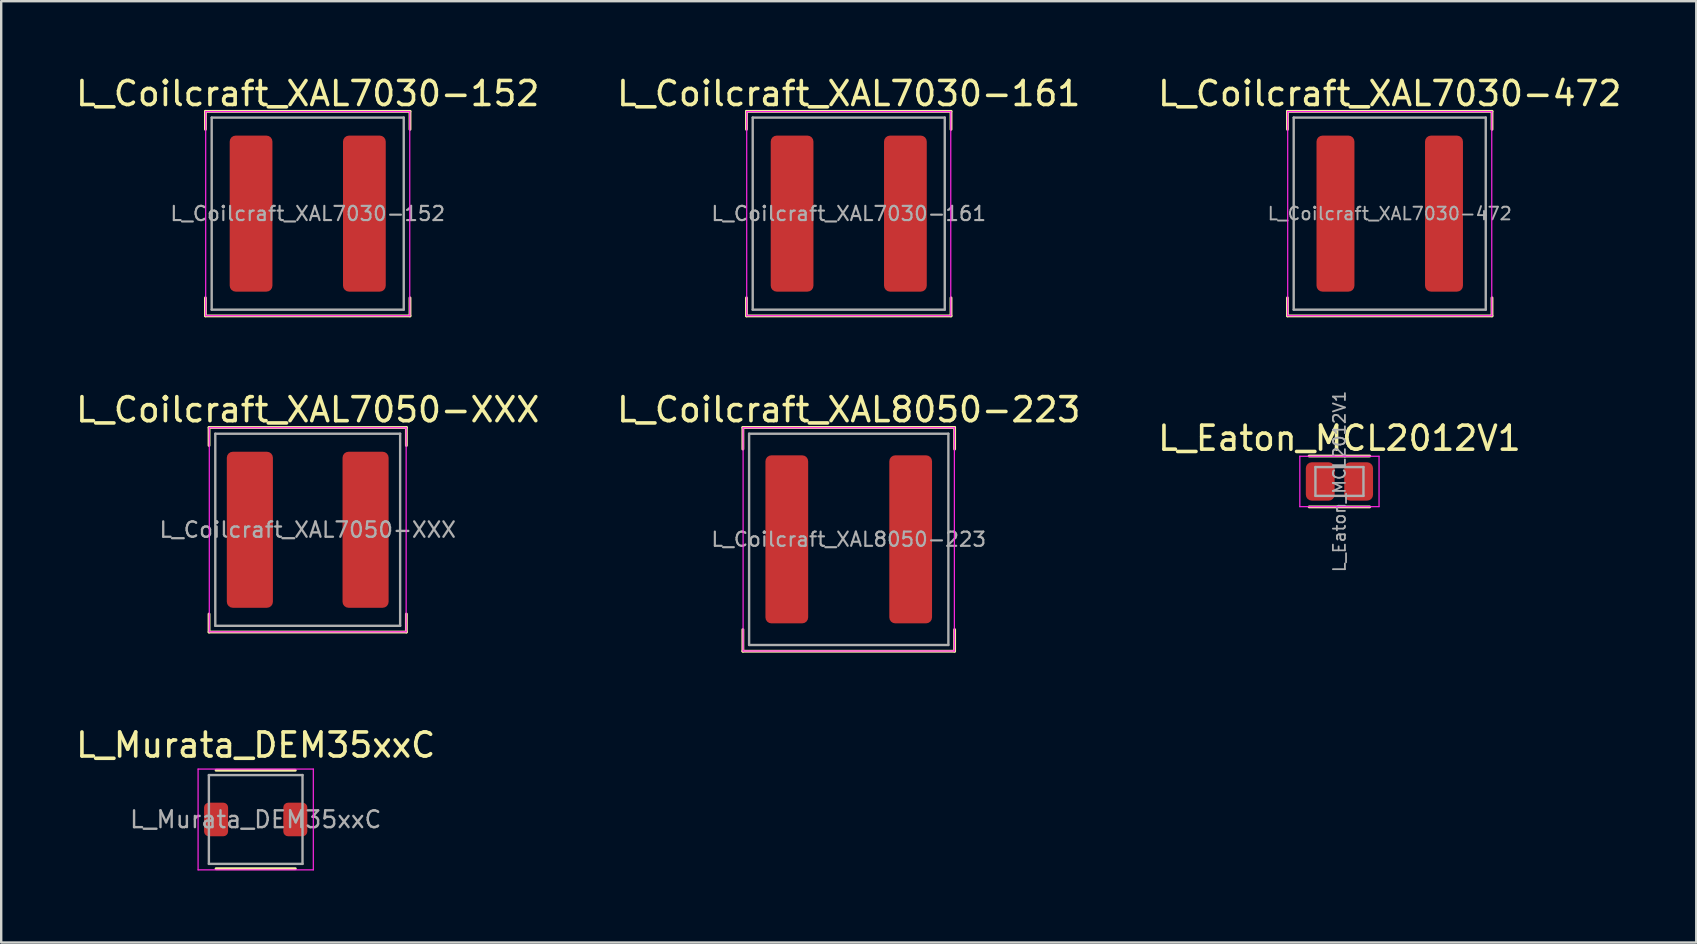
<source format=kicad_pcb>
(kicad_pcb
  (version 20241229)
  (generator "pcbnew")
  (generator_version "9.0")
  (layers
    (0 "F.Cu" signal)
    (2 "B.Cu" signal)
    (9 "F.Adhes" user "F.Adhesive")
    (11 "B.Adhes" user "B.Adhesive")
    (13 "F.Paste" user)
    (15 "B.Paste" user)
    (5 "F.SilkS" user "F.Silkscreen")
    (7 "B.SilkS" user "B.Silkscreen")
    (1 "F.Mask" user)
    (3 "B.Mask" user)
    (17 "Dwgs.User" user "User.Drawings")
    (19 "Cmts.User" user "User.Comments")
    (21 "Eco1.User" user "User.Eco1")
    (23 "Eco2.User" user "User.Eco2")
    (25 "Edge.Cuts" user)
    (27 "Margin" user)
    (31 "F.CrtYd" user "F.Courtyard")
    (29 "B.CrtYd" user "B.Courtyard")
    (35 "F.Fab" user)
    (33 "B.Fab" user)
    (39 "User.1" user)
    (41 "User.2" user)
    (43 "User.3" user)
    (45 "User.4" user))
  (footprint "L_Coilcraft_XAL7030-161"
    (layer "F.Cu")
    (at 32.304 5.848)
    (property "Reference" "L_Coilcraft_XAL7030-161" (at 0 -5 0) (layer "F.SilkS") (effects (font (size 1 1) (thickness 0.15))))
    (attr smd)
    (fp_line (start -4.26 -4.26) (end -4.26 -3.51) (stroke (width 0.12) (type solid)) (layer "F.SilkS"))
    (fp_line (start -4.26 -4.26) (end 4.26 -4.26) (stroke (width 0.12) (type solid)) (layer "F.SilkS"))
    (fp_line (start -4.26 4.26) (end -4.26 3.51) (stroke (width 0.12) (type solid)) (layer "F.SilkS"))
    (fp_line (start -4.26 4.26) (end 4.26 4.26) (stroke (width 0.12) (type solid)) (layer "F.SilkS"))
    (fp_line (start 4.26 -4.26) (end 4.26 -3.51) (stroke (width 0.12) (type solid)) (layer "F.SilkS"))
    (fp_line (start 4.26 4.26) (end 4.26 3.51) (stroke (width 0.12) (type solid)) (layer "F.SilkS"))
    (fp_line (start -4.25 -4.25) (end -4.25 4.25) (stroke (width 0.05) (type solid)) (layer "F.CrtYd"))
    (fp_line (start -4.25 4.25) (end 4.25 4.25) (stroke (width 0.05) (type solid)) (layer "F.CrtYd"))
    (fp_line (start 4.25 -4.25) (end -4.25 -4.25) (stroke (width 0.05) (type solid)) (layer "F.CrtYd"))
    (fp_line (start 4.25 4.25) (end 4.25 -4.25) (stroke (width 0.05) (type solid)) (layer "F.CrtYd"))
    (fp_line (start -4 -4) (end -4 4) (stroke (width 0.1) (type solid)) (layer "F.Fab"))
    (fp_line (start -4 4) (end 4 4) (stroke (width 0.1) (type solid)) (layer "F.Fab"))
    (fp_line (start 4 -4) (end -4 -4) (stroke (width 0.1) (type solid)) (layer "F.Fab"))
    (fp_line (start 4 4) (end 4 -4) (stroke (width 0.1) (type solid)) (layer "F.Fab"))
    (fp_text user "${REFERENCE}" (at 0 0 0) (layer "F.Fab") (effects (font (size 0.593 0.593) (thickness 0.089))))
    (pad "1" smd roundrect (at -2.36 0) (size 1.78 6.5) (layers "F.Cu" "F.Mask" "F.Paste") (roundrect_rratio 0.14))
    (pad "2" smd roundrect (at 2.36 0) (size 1.78 6.5) (layers "F.Cu" "F.Mask" "F.Paste") (roundrect_rratio 0.14)))
  (footprint "L_Coilcraft_XAL7030-152"
    (layer "F.Cu")
    (at 9.768 5.848)
    (property "Reference" "L_Coilcraft_XAL7030-152" (at 0 -5 0) (layer "F.SilkS") (effects (font (size 1 1) (thickness 0.15))))
    (attr smd)
    (fp_line (start -4.26 -4.26) (end -4.26 -3.51) (stroke (width 0.12) (type solid)) (layer "F.SilkS"))
    (fp_line (start -4.26 -4.26) (end 4.26 -4.26) (stroke (width 0.12) (type solid)) (layer "F.SilkS"))
    (fp_line (start -4.26 4.26) (end -4.26 3.51) (stroke (width 0.12) (type solid)) (layer "F.SilkS"))
    (fp_line (start -4.26 4.26) (end 4.26 4.26) (stroke (width 0.12) (type solid)) (layer "F.SilkS"))
    (fp_line (start 4.26 -4.26) (end 4.26 -3.51) (stroke (width 0.12) (type solid)) (layer "F.SilkS"))
    (fp_line (start 4.26 4.26) (end 4.26 3.51) (stroke (width 0.12) (type solid)) (layer "F.SilkS"))
    (fp_line (start -4.25 -4.25) (end -4.25 4.25) (stroke (width 0.05) (type solid)) (layer "F.CrtYd"))
    (fp_line (start -4.25 4.25) (end 4.25 4.25) (stroke (width 0.05) (type solid)) (layer "F.CrtYd"))
    (fp_line (start 4.25 -4.25) (end -4.25 -4.25) (stroke (width 0.05) (type solid)) (layer "F.CrtYd"))
    (fp_line (start 4.25 4.25) (end 4.25 -4.25) (stroke (width 0.05) (type solid)) (layer "F.CrtYd"))
    (fp_line (start -4 -4) (end -4 4) (stroke (width 0.1) (type solid)) (layer "F.Fab"))
    (fp_line (start -4 4) (end 4 4) (stroke (width 0.1) (type solid)) (layer "F.Fab"))
    (fp_line (start 4 -4) (end -4 -4) (stroke (width 0.1) (type solid)) (layer "F.Fab"))
    (fp_line (start 4 4) (end 4 -4) (stroke (width 0.1) (type solid)) (layer "F.Fab"))
    (fp_text user "${REFERENCE}" (at 0 0 0) (layer "F.Fab") (effects (font (size 0.593 0.593) (thickness 0.089))))
    (pad "1" smd roundrect (at -2.36 0) (size 1.78 6.5) (layers "F.Cu" "F.Mask" "F.Paste") (roundrect_rratio 0.14))
    (pad "2" smd roundrect (at 2.36 0) (size 1.78 6.5) (layers "F.Cu" "F.Mask" "F.Paste") (roundrect_rratio 0.14)))
  (footprint "L_Coilcraft_XAL7050-XXX"
    (layer "F.Cu")
    (at 9.768 19.017)
    (property "Reference" "L_Coilcraft_XAL7050-XXX" (at 0 -5 0) (layer "F.SilkS") (effects (font (size 1 1) (thickness 0.15))))
    (attr smd)
    (fp_line (start -4.11 -4.26) (end -4.11 -3.51) (stroke (width 0.12) (type solid)) (layer "F.SilkS"))
    (fp_line (start -4.11 -4.26) (end 4.11 -4.26) (stroke (width 0.12) (type solid)) (layer "F.SilkS"))
    (fp_line (start -4.11 4.26) (end -4.11 3.51) (stroke (width 0.12) (type solid)) (layer "F.SilkS"))
    (fp_line (start -4.11 4.26) (end 4.11 4.26) (stroke (width 0.12) (type solid)) (layer "F.SilkS"))
    (fp_line (start 4.11 -4.26) (end 4.11 -3.51) (stroke (width 0.12) (type solid)) (layer "F.SilkS"))
    (fp_line (start 4.11 4.26) (end 4.11 3.51) (stroke (width 0.12) (type solid)) (layer "F.SilkS"))
    (fp_line (start -4.1 -4.25) (end -4.1 4.25) (stroke (width 0.05) (type solid)) (layer "F.CrtYd"))
    (fp_line (start -4.1 4.25) (end 4.1 4.25) (stroke (width 0.05) (type solid)) (layer "F.CrtYd"))
    (fp_line (start 4.1 -4.25) (end -4.1 -4.25) (stroke (width 0.05) (type solid)) (layer "F.CrtYd"))
    (fp_line (start 4.1 4.25) (end 4.1 -4.25) (stroke (width 0.05) (type solid)) (layer "F.CrtYd"))
    (fp_line (start -3.85 -4) (end -3.85 4) (stroke (width 0.1) (type solid)) (layer "F.Fab"))
    (fp_line (start -3.85 4) (end 3.85 4) (stroke (width 0.1) (type solid)) (layer "F.Fab"))
    (fp_line (start 3.85 -4) (end -3.85 -4) (stroke (width 0.1) (type solid)) (layer "F.Fab"))
    (fp_line (start 3.85 4) (end 3.85 -4) (stroke (width 0.1) (type solid)) (layer "F.Fab"))
    (fp_text user "${REFERENCE}" (at 0 0 0) (layer "F.Fab") (effects (font (size 0.64 0.64) (thickness 0.096))))
    (pad "1" smd roundrect (at -2.41 0) (size 1.92 6.5) (layers "F.Cu" "F.Mask" "F.Paste") (roundrect_rratio 0.13))
    (pad "2" smd roundrect (at 2.41 0) (size 1.92 6.5) (layers "F.Cu" "F.Mask" "F.Paste") (roundrect_rratio 0.13)))
  (footprint "L_Eaton_MCL2012V1"
    (layer "F.Cu")
    (at 52.744 17.005)
    (property "Reference" "L_Eaton_MCL2012V1" (at 0 -1.8 0) (layer "F.SilkS") (effects (font (size 1 1) (thickness 0.15))))
    (attr smd)
    (fp_line (start -1.26 -1.06) (end 1.26 -1.06) (stroke (width 0.12) (type solid)) (layer "F.SilkS"))
    (fp_line (start -1.26 1.06) (end 1.26 1.06) (stroke (width 0.12) (type solid)) (layer "F.SilkS"))
    (fp_line (start -1.65 -1.05) (end -1.65 1.05) (stroke (width 0.05) (type solid)) (layer "F.CrtYd"))
    (fp_line (start -1.65 1.05) (end 1.65 1.05) (stroke (width 0.05) (type solid)) (layer "F.CrtYd"))
    (fp_line (start 1.65 -1.05) (end -1.65 -1.05) (stroke (width 0.05) (type solid)) (layer "F.CrtYd"))
    (fp_line (start 1.65 1.05) (end 1.65 -1.05) (stroke (width 0.05) (type solid)) (layer "F.CrtYd"))
    (fp_line (start -1 -0.6) (end -1 0.6) (stroke (width 0.1) (type solid)) (layer "F.Fab"))
    (fp_line (start -1 0.6) (end 1 0.6) (stroke (width 0.1) (type solid)) (layer "F.Fab"))
    (fp_line (start 1 -0.6) (end -1 -0.6) (stroke (width 0.1) (type solid)) (layer "F.Fab"))
    (fp_line (start 1 0.6) (end 1 -0.6) (stroke (width 0.1) (type solid)) (layer "F.Fab"))
    (fp_text user "${REFERENCE}" (at 0 0 90) (layer "F.Fab") (effects (font (size 0.5 0.5) (thickness 0.075))))
    (pad "1" smd roundrect (at -0.8 0) (size 1.2 1.6) (layers "F.Cu" "F.Mask" "F.Paste") (roundrect_rratio 0.208))
    (pad "2" smd roundrect (at 0.8 0) (size 1.2 1.6) (layers "F.Cu" "F.Mask" "F.Paste") (roundrect_rratio 0.208)))
  (footprint "L_Coilcraft_XAL7030-472"
    (layer "F.Cu")
    (at 54.839 5.848)
    (property "Reference" "L_Coilcraft_XAL7030-472" (at 0 -5 0) (layer "F.SilkS") (effects (font (size 1 1) (thickness 0.15))))
    (attr smd)
    (fp_line (start -4.26 -4.26) (end -4.26 -3.51) (stroke (width 0.12) (type solid)) (layer "F.SilkS"))
    (fp_line (start -4.26 -4.26) (end 4.26 -4.26) (stroke (width 0.12) (type solid)) (layer "F.SilkS"))
    (fp_line (start -4.26 4.26) (end -4.26 3.51) (stroke (width 0.12) (type solid)) (layer "F.SilkS"))
    (fp_line (start -4.26 4.26) (end 4.26 4.26) (stroke (width 0.12) (type solid)) (layer "F.SilkS"))
    (fp_line (start 4.26 -4.26) (end 4.26 -3.51) (stroke (width 0.12) (type solid)) (layer "F.SilkS"))
    (fp_line (start 4.26 4.26) (end 4.26 3.51) (stroke (width 0.12) (type solid)) (layer "F.SilkS"))
    (fp_line (start -4.25 -4.25) (end -4.25 4.25) (stroke (width 0.05) (type solid)) (layer "F.CrtYd"))
    (fp_line (start -4.25 4.25) (end 4.25 4.25) (stroke (width 0.05) (type solid)) (layer "F.CrtYd"))
    (fp_line (start 4.25 -4.25) (end -4.25 -4.25) (stroke (width 0.05) (type solid)) (layer "F.CrtYd"))
    (fp_line (start 4.25 4.25) (end 4.25 -4.25) (stroke (width 0.05) (type solid)) (layer "F.CrtYd"))
    (fp_line (start -4 -4) (end -4 4) (stroke (width 0.1) (type solid)) (layer "F.Fab"))
    (fp_line (start -4 4) (end 4 4) (stroke (width 0.1) (type solid)) (layer "F.Fab"))
    (fp_line (start 4 -4) (end -4 -4) (stroke (width 0.1) (type solid)) (layer "F.Fab"))
    (fp_line (start 4 4) (end 4 -4) (stroke (width 0.1) (type solid)) (layer "F.Fab"))
    (fp_text user "${REFERENCE}" (at 0 0 0) (layer "F.Fab") (effects (font (size 0.527 0.527) (thickness 0.079))))
    (pad "1" smd roundrect (at -2.26 0) (size 1.58 6.5) (layers "F.Cu" "F.Mask" "F.Paste") (roundrect_rratio 0.158))
    (pad "2" smd roundrect (at 2.26 0) (size 1.58 6.5) (layers "F.Cu" "F.Mask" "F.Paste") (roundrect_rratio 0.158)))
  (footprint "L_Coilcraft_XAL8050-223"
    (layer "F.Cu")
    (at 32.304 19.416)
    (property "Reference" "L_Coilcraft_XAL8050-223" (at 0 -5.4 0) (layer "F.SilkS") (effects (font (size 1 1) (thickness 0.15))))
    (attr smd)
    (fp_line (start -4.41 -4.66) (end -4.41 -3.76) (stroke (width 0.12) (type solid)) (layer "F.SilkS"))
    (fp_line (start -4.41 -4.66) (end 4.41 -4.66) (stroke (width 0.12) (type solid)) (layer "F.SilkS"))
    (fp_line (start -4.41 4.66) (end -4.41 3.76) (stroke (width 0.12) (type solid)) (layer "F.SilkS"))
    (fp_line (start -4.41 4.66) (end 4.41 4.66) (stroke (width 0.12) (type solid)) (layer "F.SilkS"))
    (fp_line (start 4.41 -4.66) (end 4.41 -3.76) (stroke (width 0.12) (type solid)) (layer "F.SilkS"))
    (fp_line (start 4.41 4.66) (end 4.41 3.76) (stroke (width 0.12) (type solid)) (layer "F.SilkS"))
    (fp_line (start -4.4 -4.65) (end -4.4 4.65) (stroke (width 0.05) (type solid)) (layer "F.CrtYd"))
    (fp_line (start -4.4 4.65) (end 4.4 4.65) (stroke (width 0.05) (type solid)) (layer "F.CrtYd"))
    (fp_line (start 4.4 -4.65) (end -4.4 -4.65) (stroke (width 0.05) (type solid)) (layer "F.CrtYd"))
    (fp_line (start 4.4 4.65) (end 4.4 -4.65) (stroke (width 0.05) (type solid)) (layer "F.CrtYd"))
    (fp_line (start -4.15 -4.4) (end -4.15 4.4) (stroke (width 0.1) (type solid)) (layer "F.Fab"))
    (fp_line (start -4.15 4.4) (end 4.15 4.4) (stroke (width 0.1) (type solid)) (layer "F.Fab"))
    (fp_line (start 4.15 -4.4) (end -4.15 -4.4) (stroke (width 0.1) (type solid)) (layer "F.Fab"))
    (fp_line (start 4.15 4.4) (end 4.15 -4.4) (stroke (width 0.1) (type solid)) (layer "F.Fab"))
    (fp_text user "${REFERENCE}" (at 0 0 0) (layer "F.Fab") (effects (font (size 0.593 0.593) (thickness 0.089))))
    (pad "1" smd roundrect (at -2.58 0) (size 1.78 7) (layers "F.Cu" "F.Mask" "F.Paste") (roundrect_rratio 0.14))
    (pad "2" smd roundrect (at 2.58 0) (size 1.78 7) (layers "F.Cu" "F.Mask" "F.Paste") (roundrect_rratio 0.14)))
  (footprint "L_Murata_DEM35xxC"
    (layer "F.Cu")
    (at 7.601 31.085)
    (property "Reference" "L_Murata_DEM35xxC" (at 0 -3.1 0) (layer "F.SilkS") (effects (font (size 1 1) (thickness 0.15))))
    (attr smd)
    (fp_line (start -1.65 -2.05) (end 1.65 -2.05) (stroke (width 0.12) (type solid)) (layer "F.SilkS"))
    (fp_line (start -1.65 2.05) (end 1.65 2.05) (stroke (width 0.12) (type solid)) (layer "F.SilkS"))
    (fp_line (start -2.4 -2.1) (end -2.4 2.1) (stroke (width 0.05) (type solid)) (layer "F.CrtYd"))
    (fp_line (start -2.4 2.1) (end 2.4 2.1) (stroke (width 0.05) (type solid)) (layer "F.CrtYd"))
    (fp_line (start 2.4 -2.1) (end -2.4 -2.1) (stroke (width 0.05) (type solid)) (layer "F.CrtYd"))
    (fp_line (start 2.4 2.1) (end 2.4 -2.1) (stroke (width 0.05) (type solid)) (layer "F.CrtYd"))
    (fp_line (start -1.95 -1.85) (end 1.95 -1.85) (stroke (width 0.1) (type solid)) (layer "F.Fab"))
    (fp_line (start -1.95 1.85) (end -1.95 -1.85) (stroke (width 0.1) (type solid)) (layer "F.Fab"))
    (fp_line (start 1.95 -1.85) (end 1.95 1.85) (stroke (width 0.1) (type solid)) (layer "F.Fab"))
    (fp_line (start 1.95 1.85) (end -1.95 1.85) (stroke (width 0.1) (type solid)) (layer "F.Fab"))
    (fp_text user "${REFERENCE}" (at 0 0 0) (layer "F.Fab") (effects (font (size 0.7 0.7) (thickness 0.1))))
    (pad "1" smd roundrect (at -1.65 0) (size 1 1.4) (layers "F.Cu" "F.Mask" "F.Paste") (roundrect_rratio 0.2))
    (pad "2" smd roundrect (at 1.65 0) (size 1 1.4) (layers "F.Cu" "F.Mask" "F.Paste") (roundrect_rratio 0.2)))
  (gr_rect
    (start -3 -3)
    (end 67.607 36.21)
    (stroke (width 0.1) (type default))
    (fill no)
    (layer "Edge.Cuts")))
</source>
